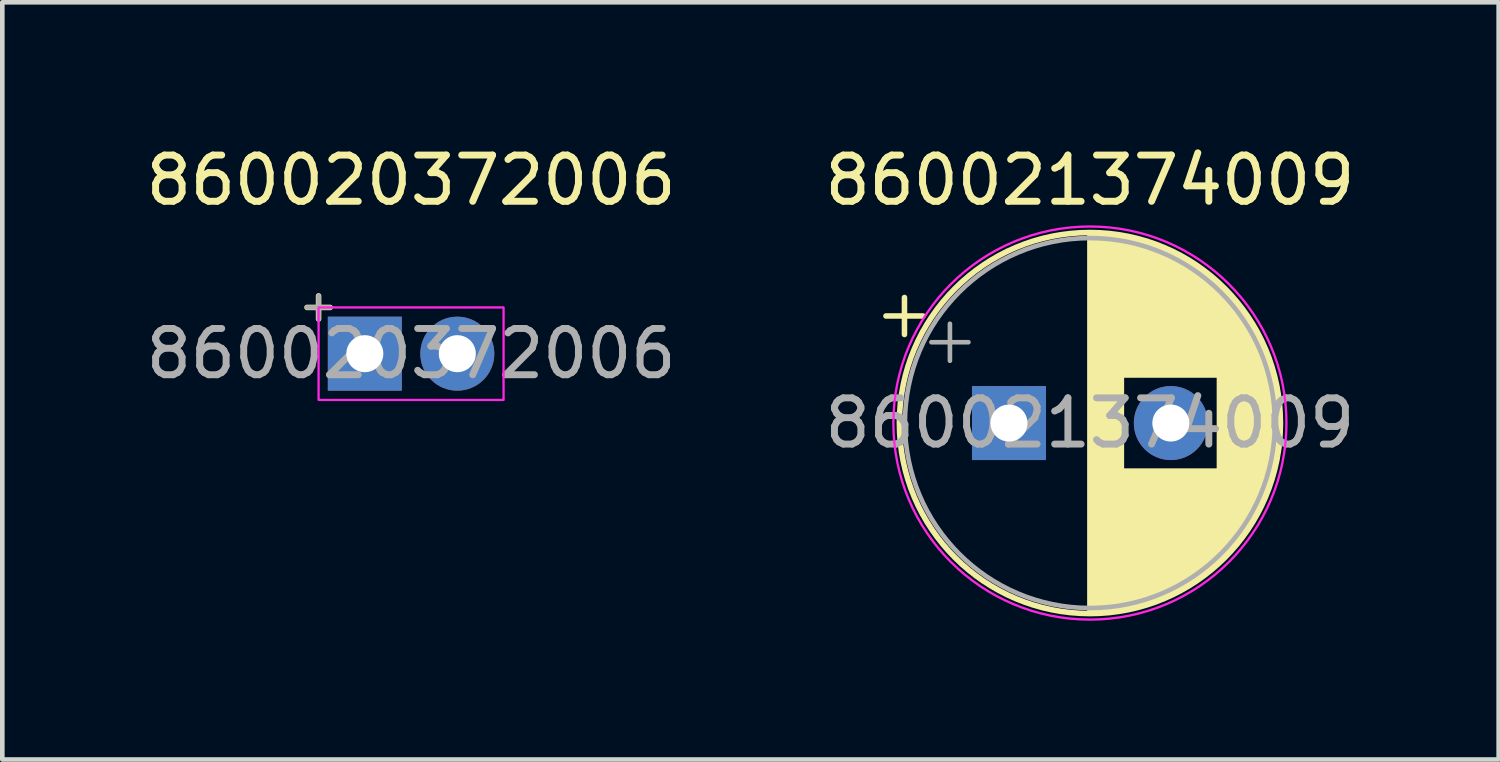
<source format=kicad_pcb>
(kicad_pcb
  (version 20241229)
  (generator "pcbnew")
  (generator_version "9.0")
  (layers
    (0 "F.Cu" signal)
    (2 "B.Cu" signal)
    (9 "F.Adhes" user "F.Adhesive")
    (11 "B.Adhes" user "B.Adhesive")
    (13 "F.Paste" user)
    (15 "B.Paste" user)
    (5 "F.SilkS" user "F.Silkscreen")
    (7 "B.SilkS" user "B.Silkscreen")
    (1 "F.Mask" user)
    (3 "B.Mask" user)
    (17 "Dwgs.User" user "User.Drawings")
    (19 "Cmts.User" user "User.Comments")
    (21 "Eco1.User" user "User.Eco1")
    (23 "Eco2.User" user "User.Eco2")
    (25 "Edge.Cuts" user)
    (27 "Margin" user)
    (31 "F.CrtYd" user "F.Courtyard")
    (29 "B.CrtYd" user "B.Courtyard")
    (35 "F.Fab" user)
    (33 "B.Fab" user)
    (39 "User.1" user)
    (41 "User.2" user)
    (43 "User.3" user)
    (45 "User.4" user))
  (footprint "860020372006"
    (layer "F.Cu")
    (at 4.839 4.598)
    (property "Reference" "860020372006" (at 1 -3.75 0) (layer "F.SilkS") (effects (font (size 1 1) (thickness 0.15))))
    (attr through_hole)
    (fp_line (start -1.25 -1) (end -0.75 -1) (stroke (width 0.12) (type solid)) (layer "F.SilkS"))
    (fp_line (start -1 -1.25) (end -1 -0.75) (stroke (width 0.12) (type solid)) (layer "F.SilkS"))
    (fp_rect (start -1 -1) (end 3 1) (stroke (width 0.05) (type default)) (fill no) (layer "F.CrtYd"))
    (fp_line (start -1.25 -1) (end -0.75 -1) (stroke (width 0.1) (type solid)) (layer "F.Fab"))
    (fp_line (start -1 -1.25) (end -1 -0.75) (stroke (width 0.1) (type solid)) (layer "F.Fab"))
    (fp_text user "${REFERENCE}" (at 1 0 0) (layer "F.Fab") (effects (font (size 1 1) (thickness 0.15))))
    (pad "1" thru_hole rect (at 0 0) (size 1.6 1.6) (drill 0.8) (layers "*.Cu" "*.Mask"))
    (pad "2" thru_hole circle (at 2 0) (size 1.6 1.6) (drill 0.8) (layers "*.Cu" "*.Mask")))
  (footprint "860021374009"
    (layer "F.Cu")
    (at 18.768 6.098)
    (property "Reference" "860021374009" (at 1.75 -5.25 0) (layer "F.SilkS") (effects (font (size 1 1) (thickness 0.15))))
    (attr through_hole)
    (fp_line (start -2.66 -2.315) (end -1.86 -2.315) (stroke (width 0.12) (type solid)) (layer "F.SilkS"))
    (fp_line (start -2.26 -2.715) (end -2.26 -1.915) (stroke (width 0.12) (type solid)) (layer "F.SilkS"))
    (fp_line (start 1.75 -4.08) (end 1.75 4.08) (stroke (width 0.12) (type solid)) (layer "F.SilkS"))
    (fp_line (start 1.79 -4.08) (end 1.79 4.08) (stroke (width 0.12) (type solid)) (layer "F.SilkS"))
    (fp_line (start 1.83 -4.08) (end 1.83 4.08) (stroke (width 0.12) (type solid)) (layer "F.SilkS"))
    (fp_line (start 1.87 -4.079) (end 1.87 4.079) (stroke (width 0.12) (type solid)) (layer "F.SilkS"))
    (fp_line (start 1.91 -4.077) (end 1.91 4.077) (stroke (width 0.12) (type solid)) (layer "F.SilkS"))
    (fp_line (start 1.95 -4.076) (end 1.95 4.076) (stroke (width 0.12) (type solid)) (layer "F.SilkS"))
    (fp_line (start 1.99 -4.074) (end 1.99 4.074) (stroke (width 0.12) (type solid)) (layer "F.SilkS"))
    (fp_line (start 2.03 -4.071) (end 2.03 4.071) (stroke (width 0.12) (type solid)) (layer "F.SilkS"))
    (fp_line (start 2.07 -4.068) (end 2.07 4.068) (stroke (width 0.12) (type solid)) (layer "F.SilkS"))
    (fp_line (start 2.11 -4.065) (end 2.11 4.065) (stroke (width 0.12) (type solid)) (layer "F.SilkS"))
    (fp_line (start 2.15 -4.061) (end 2.15 4.061) (stroke (width 0.12) (type solid)) (layer "F.SilkS"))
    (fp_line (start 2.19 -4.057) (end 2.19 4.057) (stroke (width 0.12) (type solid)) (layer "F.SilkS"))
    (fp_line (start 2.23 -4.052) (end 2.23 4.052) (stroke (width 0.12) (type solid)) (layer "F.SilkS"))
    (fp_line (start 2.27 -4.048) (end 2.27 4.048) (stroke (width 0.12) (type solid)) (layer "F.SilkS"))
    (fp_line (start 2.31 -4.042) (end 2.31 4.042) (stroke (width 0.12) (type solid)) (layer "F.SilkS"))
    (fp_line (start 2.35 -4.037) (end 2.35 4.037) (stroke (width 0.12) (type solid)) (layer "F.SilkS"))
    (fp_line (start 2.39 -4.03) (end 2.39 4.03) (stroke (width 0.12) (type solid)) (layer "F.SilkS"))
    (fp_line (start 2.43 -4.024) (end 2.43 4.024) (stroke (width 0.12) (type solid)) (layer "F.SilkS"))
    (fp_line (start 2.471 -4.017) (end 2.471 -1.04) (stroke (width 0.12) (type solid)) (layer "F.SilkS"))
    (fp_line (start 2.471 1.04) (end 2.471 4.017) (stroke (width 0.12) (type solid)) (layer "F.SilkS"))
    (fp_line (start 2.511 -4.01) (end 2.511 -1.04) (stroke (width 0.12) (type solid)) (layer "F.SilkS"))
    (fp_line (start 2.511 1.04) (end 2.511 4.01) (stroke (width 0.12) (type solid)) (layer "F.SilkS"))
    (fp_line (start 2.551 -4.002) (end 2.551 -1.04) (stroke (width 0.12) (type solid)) (layer "F.SilkS"))
    (fp_line (start 2.551 1.04) (end 2.551 4.002) (stroke (width 0.12) (type solid)) (layer "F.SilkS"))
    (fp_line (start 2.591 -3.994) (end 2.591 -1.04) (stroke (width 0.12) (type solid)) (layer "F.SilkS"))
    (fp_line (start 2.591 1.04) (end 2.591 3.994) (stroke (width 0.12) (type solid)) (layer "F.SilkS"))
    (fp_line (start 2.631 -3.985) (end 2.631 -1.04) (stroke (width 0.12) (type solid)) (layer "F.SilkS"))
    (fp_line (start 2.631 1.04) (end 2.631 3.985) (stroke (width 0.12) (type solid)) (layer "F.SilkS"))
    (fp_line (start 2.671 -3.976) (end 2.671 -1.04) (stroke (width 0.12) (type solid)) (layer "F.SilkS"))
    (fp_line (start 2.671 1.04) (end 2.671 3.976) (stroke (width 0.12) (type solid)) (layer "F.SilkS"))
    (fp_line (start 2.711 -3.967) (end 2.711 -1.04) (stroke (width 0.12) (type solid)) (layer "F.SilkS"))
    (fp_line (start 2.711 1.04) (end 2.711 3.967) (stroke (width 0.12) (type solid)) (layer "F.SilkS"))
    (fp_line (start 2.751 -3.957) (end 2.751 -1.04) (stroke (width 0.12) (type solid)) (layer "F.SilkS"))
    (fp_line (start 2.751 1.04) (end 2.751 3.957) (stroke (width 0.12) (type solid)) (layer "F.SilkS"))
    (fp_line (start 2.791 -3.947) (end 2.791 -1.04) (stroke (width 0.12) (type solid)) (layer "F.SilkS"))
    (fp_line (start 2.791 1.04) (end 2.791 3.947) (stroke (width 0.12) (type solid)) (layer "F.SilkS"))
    (fp_line (start 2.831 -3.936) (end 2.831 -1.04) (stroke (width 0.12) (type solid)) (layer "F.SilkS"))
    (fp_line (start 2.831 1.04) (end 2.831 3.936) (stroke (width 0.12) (type solid)) (layer "F.SilkS"))
    (fp_line (start 2.871 -3.925) (end 2.871 -1.04) (stroke (width 0.12) (type solid)) (layer "F.SilkS"))
    (fp_line (start 2.871 1.04) (end 2.871 3.925) (stroke (width 0.12) (type solid)) (layer "F.SilkS"))
    (fp_line (start 2.911 -3.914) (end 2.911 -1.04) (stroke (width 0.12) (type solid)) (layer "F.SilkS"))
    (fp_line (start 2.911 1.04) (end 2.911 3.914) (stroke (width 0.12) (type solid)) (layer "F.SilkS"))
    (fp_line (start 2.951 -3.902) (end 2.951 -1.04) (stroke (width 0.12) (type solid)) (layer "F.SilkS"))
    (fp_line (start 2.951 1.04) (end 2.951 3.902) (stroke (width 0.12) (type solid)) (layer "F.SilkS"))
    (fp_line (start 2.991 -3.889) (end 2.991 -1.04) (stroke (width 0.12) (type solid)) (layer "F.SilkS"))
    (fp_line (start 2.991 1.04) (end 2.991 3.889) (stroke (width 0.12) (type solid)) (layer "F.SilkS"))
    (fp_line (start 3.031 -3.877) (end 3.031 -1.04) (stroke (width 0.12) (type solid)) (layer "F.SilkS"))
    (fp_line (start 3.031 1.04) (end 3.031 3.877) (stroke (width 0.12) (type solid)) (layer "F.SilkS"))
    (fp_line (start 3.071 -3.863) (end 3.071 -1.04) (stroke (width 0.12) (type solid)) (layer "F.SilkS"))
    (fp_line (start 3.071 1.04) (end 3.071 3.863) (stroke (width 0.12) (type solid)) (layer "F.SilkS"))
    (fp_line (start 3.111 -3.85) (end 3.111 -1.04) (stroke (width 0.12) (type solid)) (layer "F.SilkS"))
    (fp_line (start 3.111 1.04) (end 3.111 3.85) (stroke (width 0.12) (type solid)) (layer "F.SilkS"))
    (fp_line (start 3.151 -3.835) (end 3.151 -1.04) (stroke (width 0.12) (type solid)) (layer "F.SilkS"))
    (fp_line (start 3.151 1.04) (end 3.151 3.835) (stroke (width 0.12) (type solid)) (layer "F.SilkS"))
    (fp_line (start 3.191 -3.821) (end 3.191 -1.04) (stroke (width 0.12) (type solid)) (layer "F.SilkS"))
    (fp_line (start 3.191 1.04) (end 3.191 3.821) (stroke (width 0.12) (type solid)) (layer "F.SilkS"))
    (fp_line (start 3.231 -3.805) (end 3.231 -1.04) (stroke (width 0.12) (type solid)) (layer "F.SilkS"))
    (fp_line (start 3.231 1.04) (end 3.231 3.805) (stroke (width 0.12) (type solid)) (layer "F.SilkS"))
    (fp_line (start 3.271 -3.79) (end 3.271 -1.04) (stroke (width 0.12) (type solid)) (layer "F.SilkS"))
    (fp_line (start 3.271 1.04) (end 3.271 3.79) (stroke (width 0.12) (type solid)) (layer "F.SilkS"))
    (fp_line (start 3.311 -3.774) (end 3.311 -1.04) (stroke (width 0.12) (type solid)) (layer "F.SilkS"))
    (fp_line (start 3.311 1.04) (end 3.311 3.774) (stroke (width 0.12) (type solid)) (layer "F.SilkS"))
    (fp_line (start 3.351 -3.757) (end 3.351 -1.04) (stroke (width 0.12) (type solid)) (layer "F.SilkS"))
    (fp_line (start 3.351 1.04) (end 3.351 3.757) (stroke (width 0.12) (type solid)) (layer "F.SilkS"))
    (fp_line (start 3.391 -3.74) (end 3.391 -1.04) (stroke (width 0.12) (type solid)) (layer "F.SilkS"))
    (fp_line (start 3.391 1.04) (end 3.391 3.74) (stroke (width 0.12) (type solid)) (layer "F.SilkS"))
    (fp_line (start 3.431 -3.722) (end 3.431 -1.04) (stroke (width 0.12) (type solid)) (layer "F.SilkS"))
    (fp_line (start 3.431 1.04) (end 3.431 3.722) (stroke (width 0.12) (type solid)) (layer "F.SilkS"))
    (fp_line (start 3.471 -3.704) (end 3.471 -1.04) (stroke (width 0.12) (type solid)) (layer "F.SilkS"))
    (fp_line (start 3.471 1.04) (end 3.471 3.704) (stroke (width 0.12) (type solid)) (layer "F.SilkS"))
    (fp_line (start 3.511 -3.686) (end 3.511 -1.04) (stroke (width 0.12) (type solid)) (layer "F.SilkS"))
    (fp_line (start 3.511 1.04) (end 3.511 3.686) (stroke (width 0.12) (type solid)) (layer "F.SilkS"))
    (fp_line (start 3.551 -3.666) (end 3.551 -1.04) (stroke (width 0.12) (type solid)) (layer "F.SilkS"))
    (fp_line (start 3.551 1.04) (end 3.551 3.666) (stroke (width 0.12) (type solid)) (layer "F.SilkS"))
    (fp_line (start 3.591 -3.647) (end 3.591 -1.04) (stroke (width 0.12) (type solid)) (layer "F.SilkS"))
    (fp_line (start 3.591 1.04) (end 3.591 3.647) (stroke (width 0.12) (type solid)) (layer "F.SilkS"))
    (fp_line (start 3.631 -3.627) (end 3.631 -1.04) (stroke (width 0.12) (type solid)) (layer "F.SilkS"))
    (fp_line (start 3.631 1.04) (end 3.631 3.627) (stroke (width 0.12) (type solid)) (layer "F.SilkS"))
    (fp_line (start 3.671 -3.606) (end 3.671 -1.04) (stroke (width 0.12) (type solid)) (layer "F.SilkS"))
    (fp_line (start 3.671 1.04) (end 3.671 3.606) (stroke (width 0.12) (type solid)) (layer "F.SilkS"))
    (fp_line (start 3.711 -3.584) (end 3.711 -1.04) (stroke (width 0.12) (type solid)) (layer "F.SilkS"))
    (fp_line (start 3.711 1.04) (end 3.711 3.584) (stroke (width 0.12) (type solid)) (layer "F.SilkS"))
    (fp_line (start 3.751 -3.562) (end 3.751 -1.04) (stroke (width 0.12) (type solid)) (layer "F.SilkS"))
    (fp_line (start 3.751 1.04) (end 3.751 3.562) (stroke (width 0.12) (type solid)) (layer "F.SilkS"))
    (fp_line (start 3.791 -3.54) (end 3.791 -1.04) (stroke (width 0.12) (type solid)) (layer "F.SilkS"))
    (fp_line (start 3.791 1.04) (end 3.791 3.54) (stroke (width 0.12) (type solid)) (layer "F.SilkS"))
    (fp_line (start 3.831 -3.517) (end 3.831 -1.04) (stroke (width 0.12) (type solid)) (layer "F.SilkS"))
    (fp_line (start 3.831 1.04) (end 3.831 3.517) (stroke (width 0.12) (type solid)) (layer "F.SilkS"))
    (fp_line (start 3.871 -3.493) (end 3.871 -1.04) (stroke (width 0.12) (type solid)) (layer "F.SilkS"))
    (fp_line (start 3.871 1.04) (end 3.871 3.493) (stroke (width 0.12) (type solid)) (layer "F.SilkS"))
    (fp_line (start 3.911 -3.469) (end 3.911 -1.04) (stroke (width 0.12) (type solid)) (layer "F.SilkS"))
    (fp_line (start 3.911 1.04) (end 3.911 3.469) (stroke (width 0.12) (type solid)) (layer "F.SilkS"))
    (fp_line (start 3.951 -3.444) (end 3.951 -1.04) (stroke (width 0.12) (type solid)) (layer "F.SilkS"))
    (fp_line (start 3.951 1.04) (end 3.951 3.444) (stroke (width 0.12) (type solid)) (layer "F.SilkS"))
    (fp_line (start 3.991 -3.418) (end 3.991 -1.04) (stroke (width 0.12) (type solid)) (layer "F.SilkS"))
    (fp_line (start 3.991 1.04) (end 3.991 3.418) (stroke (width 0.12) (type solid)) (layer "F.SilkS"))
    (fp_line (start 4.031 -3.392) (end 4.031 -1.04) (stroke (width 0.12) (type solid)) (layer "F.SilkS"))
    (fp_line (start 4.031 1.04) (end 4.031 3.392) (stroke (width 0.12) (type solid)) (layer "F.SilkS"))
    (fp_line (start 4.071 -3.365) (end 4.071 -1.04) (stroke (width 0.12) (type solid)) (layer "F.SilkS"))
    (fp_line (start 4.071 1.04) (end 4.071 3.365) (stroke (width 0.12) (type solid)) (layer "F.SilkS"))
    (fp_line (start 4.111 -3.338) (end 4.111 -1.04) (stroke (width 0.12) (type solid)) (layer "F.SilkS"))
    (fp_line (start 4.111 1.04) (end 4.111 3.338) (stroke (width 0.12) (type solid)) (layer "F.SilkS"))
    (fp_line (start 4.151 -3.309) (end 4.151 -1.04) (stroke (width 0.12) (type solid)) (layer "F.SilkS"))
    (fp_line (start 4.151 1.04) (end 4.151 3.309) (stroke (width 0.12) (type solid)) (layer "F.SilkS"))
    (fp_line (start 4.191 -3.28) (end 4.191 -1.04) (stroke (width 0.12) (type solid)) (layer "F.SilkS"))
    (fp_line (start 4.191 1.04) (end 4.191 3.28) (stroke (width 0.12) (type solid)) (layer "F.SilkS"))
    (fp_line (start 4.231 -3.25) (end 4.231 -1.04) (stroke (width 0.12) (type solid)) (layer "F.SilkS"))
    (fp_line (start 4.231 1.04) (end 4.231 3.25) (stroke (width 0.12) (type solid)) (layer "F.SilkS"))
    (fp_line (start 4.271 -3.22) (end 4.271 -1.04) (stroke (width 0.12) (type solid)) (layer "F.SilkS"))
    (fp_line (start 4.271 1.04) (end 4.271 3.22) (stroke (width 0.12) (type solid)) (layer "F.SilkS"))
    (fp_line (start 4.311 -3.189) (end 4.311 -1.04) (stroke (width 0.12) (type solid)) (layer "F.SilkS"))
    (fp_line (start 4.311 1.04) (end 4.311 3.189) (stroke (width 0.12) (type solid)) (layer "F.SilkS"))
    (fp_line (start 4.351 -3.156) (end 4.351 -1.04) (stroke (width 0.12) (type solid)) (layer "F.SilkS"))
    (fp_line (start 4.351 1.04) (end 4.351 3.156) (stroke (width 0.12) (type solid)) (layer "F.SilkS"))
    (fp_line (start 4.391 -3.124) (end 4.391 -1.04) (stroke (width 0.12) (type solid)) (layer "F.SilkS"))
    (fp_line (start 4.391 1.04) (end 4.391 3.124) (stroke (width 0.12) (type solid)) (layer "F.SilkS"))
    (fp_line (start 4.431 -3.09) (end 4.431 -1.04) (stroke (width 0.12) (type solid)) (layer "F.SilkS"))
    (fp_line (start 4.431 1.04) (end 4.431 3.09) (stroke (width 0.12) (type solid)) (layer "F.SilkS"))
    (fp_line (start 4.471 -3.055) (end 4.471 -1.04) (stroke (width 0.12) (type solid)) (layer "F.SilkS"))
    (fp_line (start 4.471 1.04) (end 4.471 3.055) (stroke (width 0.12) (type solid)) (layer "F.SilkS"))
    (fp_line (start 4.511 -3.019) (end 4.511 -1.04) (stroke (width 0.12) (type solid)) (layer "F.SilkS"))
    (fp_line (start 4.511 1.04) (end 4.511 3.019) (stroke (width 0.12) (type solid)) (layer "F.SilkS"))
    (fp_line (start 4.551 -2.983) (end 4.551 2.983) (stroke (width 0.12) (type solid)) (layer "F.SilkS"))
    (fp_line (start 4.591 -2.945) (end 4.591 2.945) (stroke (width 0.12) (type solid)) (layer "F.SilkS"))
    (fp_line (start 4.631 -2.907) (end 4.631 2.907) (stroke (width 0.12) (type solid)) (layer "F.SilkS"))
    (fp_line (start 4.671 -2.867) (end 4.671 2.867) (stroke (width 0.12) (type solid)) (layer "F.SilkS"))
    (fp_line (start 4.711 -2.826) (end 4.711 2.826) (stroke (width 0.12) (type solid)) (layer "F.SilkS"))
    (fp_line (start 4.751 -2.784) (end 4.751 2.784) (stroke (width 0.12) (type solid)) (layer "F.SilkS"))
    (fp_line (start 4.791 -2.741) (end 4.791 2.741) (stroke (width 0.12) (type solid)) (layer "F.SilkS"))
    (fp_line (start 4.831 -2.697) (end 4.831 2.697) (stroke (width 0.12) (type solid)) (layer "F.SilkS"))
    (fp_line (start 4.871 -2.651) (end 4.871 2.651) (stroke (width 0.12) (type solid)) (layer "F.SilkS"))
    (fp_line (start 4.911 -2.604) (end 4.911 2.604) (stroke (width 0.12) (type solid)) (layer "F.SilkS"))
    (fp_line (start 4.951 -2.556) (end 4.951 2.556) (stroke (width 0.12) (type solid)) (layer "F.SilkS"))
    (fp_line (start 4.991 -2.505) (end 4.991 2.505) (stroke (width 0.12) (type solid)) (layer "F.SilkS"))
    (fp_line (start 5.031 -2.454) (end 5.031 2.454) (stroke (width 0.12) (type solid)) (layer "F.SilkS"))
    (fp_line (start 5.071 -2.4) (end 5.071 2.4) (stroke (width 0.12) (type solid)) (layer "F.SilkS"))
    (fp_line (start 5.111 -2.345) (end 5.111 2.345) (stroke (width 0.12) (type solid)) (layer "F.SilkS"))
    (fp_line (start 5.151 -2.287) (end 5.151 2.287) (stroke (width 0.12) (type solid)) (layer "F.SilkS"))
    (fp_line (start 5.191 -2.228) (end 5.191 2.228) (stroke (width 0.12) (type solid)) (layer "F.SilkS"))
    (fp_line (start 5.231 -2.166) (end 5.231 2.166) (stroke (width 0.12) (type solid)) (layer "F.SilkS"))
    (fp_line (start 5.271 -2.102) (end 5.271 2.102) (stroke (width 0.12) (type solid)) (layer "F.SilkS"))
    (fp_line (start 5.311 -2.034) (end 5.311 2.034) (stroke (width 0.12) (type solid)) (layer "F.SilkS"))
    (fp_line (start 5.351 -1.964) (end 5.351 1.964) (stroke (width 0.12) (type solid)) (layer "F.SilkS"))
    (fp_line (start 5.391 -1.89) (end 5.391 1.89) (stroke (width 0.12) (type solid)) (layer "F.SilkS"))
    (fp_line (start 5.431 -1.813) (end 5.431 1.813) (stroke (width 0.12) (type solid)) (layer "F.SilkS"))
    (fp_line (start 5.471 -1.731) (end 5.471 1.731) (stroke (width 0.12) (type solid)) (layer "F.SilkS"))
    (fp_line (start 5.511 -1.645) (end 5.511 1.645) (stroke (width 0.12) (type solid)) (layer "F.SilkS"))
    (fp_line (start 5.551 -1.552) (end 5.551 1.552) (stroke (width 0.12) (type solid)) (layer "F.SilkS"))
    (fp_line (start 5.591 -1.453) (end 5.591 1.453) (stroke (width 0.12) (type solid)) (layer "F.SilkS"))
    (fp_line (start 5.631 -1.346) (end 5.631 1.346) (stroke (width 0.12) (type solid)) (layer "F.SilkS"))
    (fp_line (start 5.671 -1.229) (end 5.671 1.229) (stroke (width 0.12) (type solid)) (layer "F.SilkS"))
    (fp_line (start 5.711 -1.098) (end 5.711 1.098) (stroke (width 0.12) (type solid)) (layer "F.SilkS"))
    (fp_line (start 5.751 -0.948) (end 5.751 0.948) (stroke (width 0.12) (type solid)) (layer "F.SilkS"))
    (fp_line (start 5.791 -0.768) (end 5.791 0.768) (stroke (width 0.12) (type solid)) (layer "F.SilkS"))
    (fp_line (start 5.831 -0.533) (end 5.831 0.533) (stroke (width 0.12) (type solid)) (layer "F.SilkS"))
    (fp_circle (center 1.75 0) (end 5.87 0) (stroke (width 0.12) (type solid)) (fill no) (layer "F.SilkS"))
    (fp_circle (center 1.75 0) (end 6 0) (stroke (width 0.05) (type solid)) (fill no) (layer "F.CrtYd"))
    (fp_line (start -1.677 -1.748) (end -0.877 -1.748) (stroke (width 0.1) (type solid)) (layer "F.Fab"))
    (fp_line (start -1.277 -2.147) (end -1.277 -1.347) (stroke (width 0.1) (type solid)) (layer "F.Fab"))
    (fp_circle (center 1.75 0) (end 5.75 0) (stroke (width 0.1) (type solid)) (fill no) (layer "F.Fab"))
    (fp_text user "${REFERENCE}" (at 1.75 0 0) (layer "F.Fab") (effects (font (size 1 1) (thickness 0.15))))
    (pad "1" thru_hole rect (at 0 0) (size 1.6 1.6) (drill 0.8) (layers "*.Cu" "*.Mask"))
    (pad "2" thru_hole circle (at 3.5 0) (size 1.6 1.6) (drill 0.8) (layers "*.Cu" "*.Mask")))
  (gr_rect
    (start -3 -3)
    (end 29.357 13.373)
    (stroke (width 0.1) (type default))
    (fill no)
    (layer "Edge.Cuts")))
</source>
